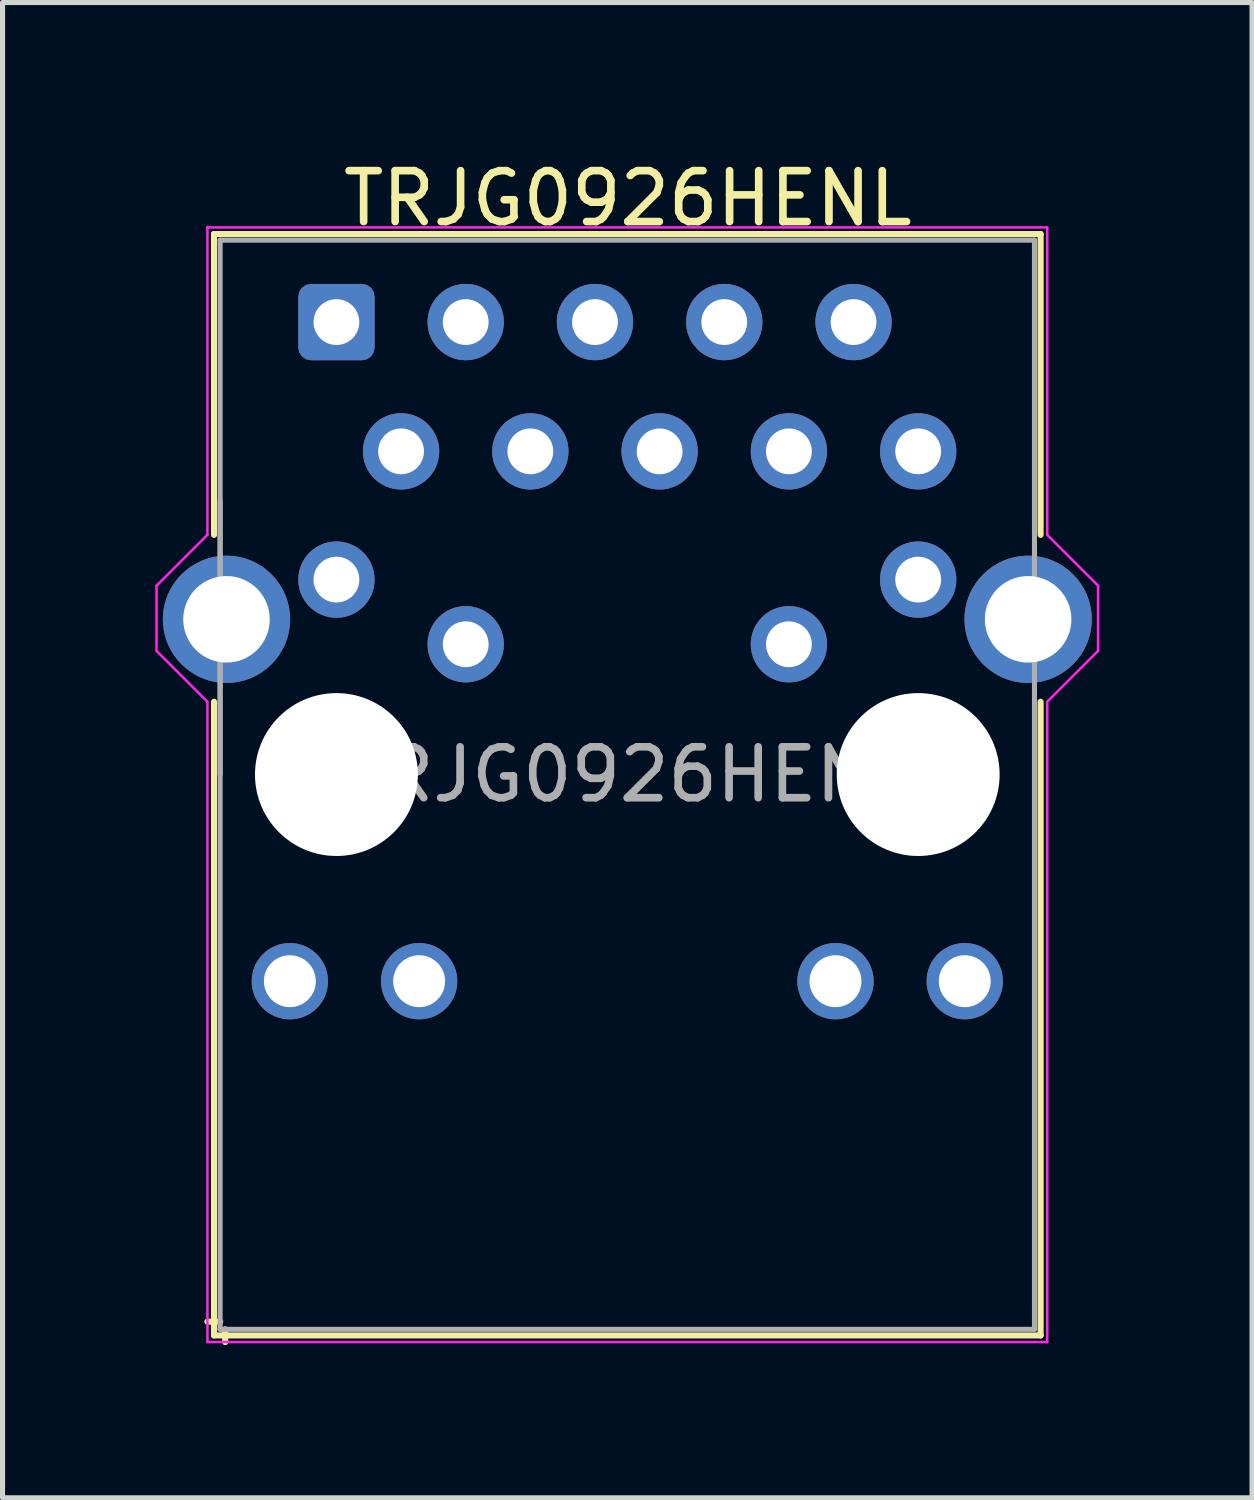
<source format=kicad_pcb>
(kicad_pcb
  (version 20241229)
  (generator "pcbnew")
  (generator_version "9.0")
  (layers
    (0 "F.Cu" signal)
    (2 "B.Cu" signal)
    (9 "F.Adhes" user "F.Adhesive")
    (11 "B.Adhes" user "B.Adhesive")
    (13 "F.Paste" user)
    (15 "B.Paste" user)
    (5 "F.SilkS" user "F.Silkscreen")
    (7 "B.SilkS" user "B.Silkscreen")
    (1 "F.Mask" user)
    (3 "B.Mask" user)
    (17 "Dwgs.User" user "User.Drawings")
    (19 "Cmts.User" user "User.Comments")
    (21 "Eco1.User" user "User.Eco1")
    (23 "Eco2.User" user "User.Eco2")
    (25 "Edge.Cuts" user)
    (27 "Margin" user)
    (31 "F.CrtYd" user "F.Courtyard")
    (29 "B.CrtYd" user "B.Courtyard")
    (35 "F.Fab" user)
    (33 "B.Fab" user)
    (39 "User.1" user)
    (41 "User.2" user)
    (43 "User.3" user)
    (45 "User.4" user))
  (footprint "TRJG0926HENL"
    (layer "F.Cu")
    (at 9.275 12.168)
    (property "Reference" "TRJG0926HENL" (at 0.01 -11.32 0) (layer "F.SilkS") (effects (font (size 1 1) (thickness 0.15))))
    (attr through_hole)
    (fp_line (start -8.12 -10.62) (end -8.12 -4.71) (stroke (width 0.12) (type solid)) (layer "F.SilkS"))
    (fp_line (start -8.12 -10.62) (end 8.12 -10.62) (stroke (width 0.12) (type solid)) (layer "F.SilkS"))
    (fp_line (start -8.12 -1.43) (end -8.12 11.02) (stroke (width 0.12) (type solid)) (layer "F.SilkS"))
    (fp_line (start -8 10.75) (end -8.25 10.75) (stroke (width 0.12) (type solid)) (layer "F.SilkS"))
    (fp_line (start -7.9 10.9) (end -7.9 11.15) (stroke (width 0.12) (type solid)) (layer "F.SilkS"))
    (fp_line (start 8.12 -10.62) (end 8.12 -4.71) (stroke (width 0.12) (type solid)) (layer "F.SilkS"))
    (fp_line (start 8.12 -1.43) (end 8.12 11.02) (stroke (width 0.12) (type solid)) (layer "F.SilkS"))
    (fp_line (start 8.12 11.02) (end -8.12 11.02) (stroke (width 0.12) (type solid)) (layer "F.SilkS"))
    (fp_line (start -9.25 -2.43) (end -9.25 -3.71) (stroke (width 0.05) (type solid)) (layer "F.CrtYd"))
    (fp_line (start -9.25 -2.43) (end -8.25 -1.43) (stroke (width 0.05) (type solid)) (layer "F.CrtYd"))
    (fp_line (start -8.25 -10.75) (end 8.25 -10.75) (stroke (width 0.05) (type solid)) (layer "F.CrtYd"))
    (fp_line (start -8.25 -4.71) (end -9.25 -3.71) (stroke (width 0.05) (type solid)) (layer "F.CrtYd"))
    (fp_line (start -8.25 -4.71) (end -8.25 -10.76) (stroke (width 0.05) (type solid)) (layer "F.CrtYd"))
    (fp_line (start -8.25 -1.43) (end -8.25 11.15) (stroke (width 0.05) (type solid)) (layer "F.CrtYd"))
    (fp_line (start -8.25 11.15) (end 8.25 11.15) (stroke (width 0.05) (type solid)) (layer "F.CrtYd"))
    (fp_line (start 8.25 -4.71) (end 8.25 -10.75) (stroke (width 0.05) (type solid)) (layer "F.CrtYd"))
    (fp_line (start 8.25 -4.71) (end 9.25 -3.71) (stroke (width 0.05) (type solid)) (layer "F.CrtYd"))
    (fp_line (start 8.25 -1.43) (end 8.25 11.15) (stroke (width 0.05) (type solid)) (layer "F.CrtYd"))
    (fp_line (start 9.25 -2.43) (end 8.25 -1.43) (stroke (width 0.05) (type solid)) (layer "F.CrtYd"))
    (fp_line (start 9.25 -2.43) (end 9.25 -3.71) (stroke (width 0.05) (type solid)) (layer "F.CrtYd"))
    (fp_line (start -8 -10.5) (end -8 0) (stroke (width 0.1) (type solid)) (layer "F.Fab"))
    (fp_line (start -8 -10.5) (end 8 -10.5) (stroke (width 0.1) (type solid)) (layer "F.Fab"))
    (fp_line (start -8 -5.37) (end -8 10.9) (stroke (width 0.1) (type solid)) (layer "F.Fab"))
    (fp_line (start -8 10.9) (end 8 10.9) (stroke (width 0.1) (type solid)) (layer "F.Fab"))
    (fp_line (start 8 -10.5) (end 8 10.9) (stroke (width 0.1) (type solid)) (layer "F.Fab"))
    (fp_text user "${REFERENCE}" (at 0 0 0) (layer "F.Fab") (effects (font (size 1 1) (thickness 0.15))))
    (pad "" np_thru_hole circle (at -5.715 0) (size 3.2 3.2) (drill 3.2) (layers "*.Cu" "*.Mask"))
    (pad "" np_thru_hole circle (at 5.715 0) (size 3.2 3.2) (drill 3.2) (layers "*.Cu" "*.Mask"))
    (pad "1" thru_hole roundrect (at -5.715 -8.89) (size 1.5 1.5) (drill 0.9) (layers "*.Cu" "*.Mask") (roundrect_rratio 0.167))
    (pad "2" thru_hole circle (at -4.445 -6.35) (size 1.5 1.5) (drill 0.9) (layers "*.Cu" "*.Mask"))
    (pad "3" thru_hole circle (at -3.175 -8.89) (size 1.5 1.5) (drill 0.9) (layers "*.Cu" "*.Mask"))
    (pad "4" thru_hole circle (at -1.905 -6.35) (size 1.5 1.5) (drill 0.9) (layers "*.Cu" "*.Mask"))
    (pad "5" thru_hole circle (at -0.635 -8.89) (size 1.5 1.5) (drill 0.9) (layers "*.Cu" "*.Mask"))
    (pad "6" thru_hole circle (at 0.635 -6.35 90) (size 1.5 1.5) (drill 0.9) (layers "*.Cu" "*.Mask"))
    (pad "7" thru_hole circle (at 1.905 -8.89) (size 1.5 1.5) (drill 0.9) (layers "*.Cu" "*.Mask"))
    (pad "8" thru_hole circle (at 3.175 -6.35) (size 1.5 1.5) (drill 0.9) (layers "*.Cu" "*.Mask"))
    (pad "9" thru_hole circle (at 4.445 -8.89) (size 1.5 1.5) (drill 0.9) (layers "*.Cu" "*.Mask"))
    (pad "10" thru_hole circle (at 5.715 -6.35) (size 1.5 1.5) (drill 0.9) (layers "*.Cu" "*.Mask"))
    (pad "11" thru_hole circle (at -5.715 -3.83) (size 1.5 1.5) (drill 0.9) (layers "*.Cu" "*.Mask"))
    (pad "12" thru_hole circle (at -3.175 -2.56) (size 1.5 1.5) (drill 0.9) (layers "*.Cu" "*.Mask"))
    (pad "13" thru_hole circle (at 3.175 -2.56) (size 1.5 1.5) (drill 0.9) (layers "*.Cu" "*.Mask"))
    (pad "14" thru_hole circle (at 5.715 -3.83) (size 1.5 1.5) (drill 0.9) (layers "*.Cu" "*.Mask"))
    (pad "15" thru_hole circle (at -6.63 4.06) (size 1.5 1.5) (drill 1.02) (layers "*.Cu" "*.Mask"))
    (pad "16" thru_hole circle (at -4.09 4.06) (size 1.5 1.5) (drill 1.02) (layers "*.Cu" "*.Mask"))
    (pad "17" thru_hole circle (at 4.09 4.06) (size 1.5 1.5) (drill 1.02) (layers "*.Cu" "*.Mask"))
    (pad "18" thru_hole circle (at 6.63 4.06) (size 1.5 1.5) (drill 1.02) (layers "*.Cu" "*.Mask"))
    (pad "19" thru_hole circle (at -7.875 -3.05) (size 2.5 2.5) (drill 1.7) (layers "*.Cu" "*.Mask"))
    (pad "20" thru_hole circle (at 7.875 -3.05) (size 2.5 2.5) (drill 1.7) (layers "*.Cu" "*.Mask")))
  (gr_rect
    (start -3 -3)
    (end 21.55 26.378)
    (stroke (width 0.1) (type default))
    (fill no)
    (layer "Edge.Cuts")))
</source>
